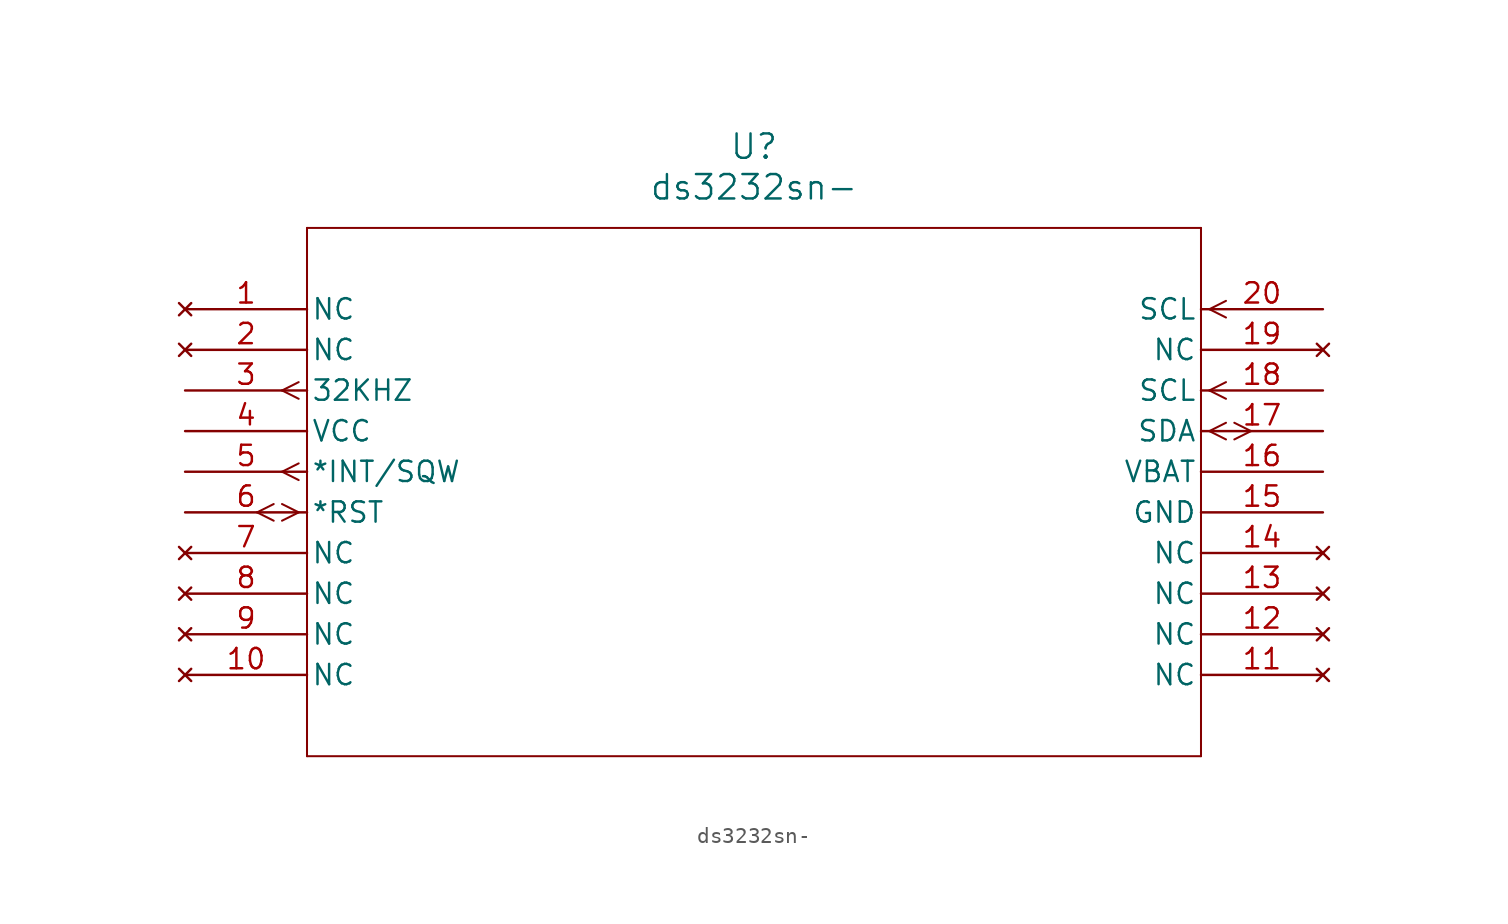
<source format=kicad_sym>
(kicad_symbol_lib
  (version 20211014)
  (generator kicad_symbol_editor)
  (symbol "ds3232sn-"
    (pin_names
      (offset 0.254))
    (property "Reference" "U"
      (at 35.56 10.16 0)
      (effects (font (size 1.524 1.524))))
    (property "Value" "ds3232sn-"
      (at 35.56 7.62 0)
      (effects (font (size 1.524 1.524))))
    (symbol "ds3232sn-_0_1"
      (polyline (pts (xy 7.099 -4.559) (xy 6.058 -5.08)) (stroke (width 0.127) (type default) (color 0 0 0 0)) (fill (type none)))
      (polyline (pts (xy 7.099 -5.601) (xy 6.058 -5.08)) (stroke (width 0.127) (type default) (color 0 0 0 0)) (fill (type none)))
      (polyline (pts (xy 7.099 -9.639) (xy 6.058 -10.16)) (stroke (width 0.127) (type default) (color 0 0 0 0)) (fill (type none)))
      (polyline (pts (xy 7.099 -10.681) (xy 6.058 -10.16)) (stroke (width 0.127) (type default) (color 0 0 0 0)) (fill (type none)))
      (polyline (pts (xy 7.099 -12.7) (xy 6.058 -12.179)) (stroke (width 0.127) (type default) (color 0 0 0 0)) (fill (type none)))
      (polyline (pts (xy 7.099 -12.7) (xy 6.058 -13.221)) (stroke (width 0.127) (type default) (color 0 0 0 0)) (fill (type none)))
      (polyline (pts (xy 5.537 -12.179) (xy 4.496 -12.7)) (stroke (width 0.127) (type default) (color 0 0 0 0)) (fill (type none)))
      (polyline (pts (xy 5.537 -13.221) (xy 4.496 -12.7)) (stroke (width 0.127) (type default) (color 0 0 0 0)) (fill (type none)))
      (polyline (pts (xy 64.021 -7.62) (xy 65.062 -7.099)) (stroke (width 0.127) (type default) (color 0 0 0 0)) (fill (type none)))
      (polyline (pts (xy 64.021 -7.62) (xy 65.062 -8.141)) (stroke (width 0.127) (type default) (color 0 0 0 0)) (fill (type none)))
      (polyline (pts (xy 65.583 -7.099) (xy 66.624 -7.62)) (stroke (width 0.127) (type default) (color 0 0 0 0)) (fill (type none)))
      (polyline (pts (xy 65.583 -8.141) (xy 66.624 -7.62)) (stroke (width 0.127) (type default) (color 0 0 0 0)) (fill (type none)))
      (polyline (pts (xy 64.021 -5.08) (xy 65.062 -4.559)) (stroke (width 0.127) (type default) (color 0 0 0 0)) (fill (type none)))
      (polyline (pts (xy 64.021 -5.08) (xy 65.062 -5.601)) (stroke (width 0.127) (type default) (color 0 0 0 0)) (fill (type none)))
      (polyline (pts (xy 64.021 0) (xy 65.062 0.521)) (stroke (width 0.127) (type default) (color 0 0 0 0)) (fill (type none)))
      (polyline (pts (xy 64.021 0) (xy 65.062 -0.521)) (stroke (width 0.127) (type default) (color 0 0 0 0)) (fill (type none)))
      (polyline (pts (xy 7.62 5.08) (xy 7.62 -27.94)) (stroke (width 0.127) (type default) (color 0 0 0 0)) (fill (type none)))
      (polyline (pts (xy 7.62 -27.94) (xy 63.5 -27.94)) (stroke (width 0.127) (type default) (color 0 0 0 0)) (fill (type none)))
      (polyline (pts (xy 63.5 -27.94) (xy 63.5 5.08)) (stroke (width 0.127) (type default) (color 0 0 0 0)) (fill (type none)))
      (polyline (pts (xy 63.5 5.08) (xy 7.62 5.08)) (stroke (width 0.127) (type default) (color 0 0 0 0)) (fill (type none)))
      (pin no_connect line (at 0 0 0) (length 7.62) (name "NC" (effects (font (size 1.27 1.27)))) (number "1" (effects (font (size 1.27 1.27)))))
      (pin no_connect line (at 0 -2.54 0) (length 7.62) (name "NC" (effects (font (size 1.27 1.27)))) (number "2" (effects (font (size 1.27 1.27)))))
      (pin output line (at 0 -5.08 0) (length 7.62) (name "32KHZ" (effects (font (size 1.27 1.27)))) (number "3" (effects (font (size 1.27 1.27)))))
      (pin power_in line (at 0 -7.62 0) (length 7.62) (name "VCC" (effects (font (size 1.27 1.27)))) (number "4" (effects (font (size 1.27 1.27)))))
      (pin output line (at 0 -10.16 0) (length 7.62) (name "*INT/SQW" (effects (font (size 1.27 1.27)))) (number "5" (effects (font (size 1.27 1.27)))))
      (pin bidirectional line (at 0 -12.7 0) (length 7.62) (name "*RST" (effects (font (size 1.27 1.27)))) (number "6" (effects (font (size 1.27 1.27)))))
      (pin no_connect line (at 0 -15.24 0) (length 7.62) (name "NC" (effects (font (size 1.27 1.27)))) (number "7" (effects (font (size 1.27 1.27)))))
      (pin no_connect line (at 0 -17.78 0) (length 7.62) (name "NC" (effects (font (size 1.27 1.27)))) (number "8" (effects (font (size 1.27 1.27)))))
      (pin no_connect line (at 0 -20.32 0) (length 7.62) (name "NC" (effects (font (size 1.27 1.27)))) (number "9" (effects (font (size 1.27 1.27)))))
      (pin no_connect line (at 0 -22.86 0) (length 7.62) (name "NC" (effects (font (size 1.27 1.27)))) (number "10" (effects (font (size 1.27 1.27)))))
      (pin no_connect line (at 71.12 -22.86 180) (length 7.62) (name "NC" (effects (font (size 1.27 1.27)))) (number "11" (effects (font (size 1.27 1.27)))))
      (pin no_connect line (at 71.12 -20.32 180) (length 7.62) (name "NC" (effects (font (size 1.27 1.27)))) (number "12" (effects (font (size 1.27 1.27)))))
      (pin no_connect line (at 71.12 -17.78 180) (length 7.62) (name "NC" (effects (font (size 1.27 1.27)))) (number "13" (effects (font (size 1.27 1.27)))))
      (pin no_connect line (at 71.12 -15.24 180) (length 7.62) (name "NC" (effects (font (size 1.27 1.27)))) (number "14" (effects (font (size 1.27 1.27)))))
      (pin power_in line (at 71.12 -12.7 180) (length 7.62) (name "GND" (effects (font (size 1.27 1.27)))) (number "15" (effects (font (size 1.27 1.27)))))
      (pin power_in line (at 71.12 -10.16 180) (length 7.62) (name "VBAT" (effects (font (size 1.27 1.27)))) (number "16" (effects (font (size 1.27 1.27)))))
      (pin bidirectional line (at 71.12 -7.62 180) (length 7.62) (name "SDA" (effects (font (size 1.27 1.27)))) (number "17" (effects (font (size 1.27 1.27)))))
      (pin input line (at 71.12 -5.08 180) (length 7.62) (name "SCL" (effects (font (size 1.27 1.27)))) (number "18" (effects (font (size 1.27 1.27)))))
      (pin no_connect line (at 71.12 -2.54 180) (length 7.62) (name "NC" (effects (font (size 1.27 1.27)))) (number "19" (effects (font (size 1.27 1.27)))))
      (pin input line (at 71.12 0 180) (length 7.62) (name "SCL" (effects (font (size 1.27 1.27)))) (number "20" (effects (font (size 1.27 1.27))))))))
</source>
